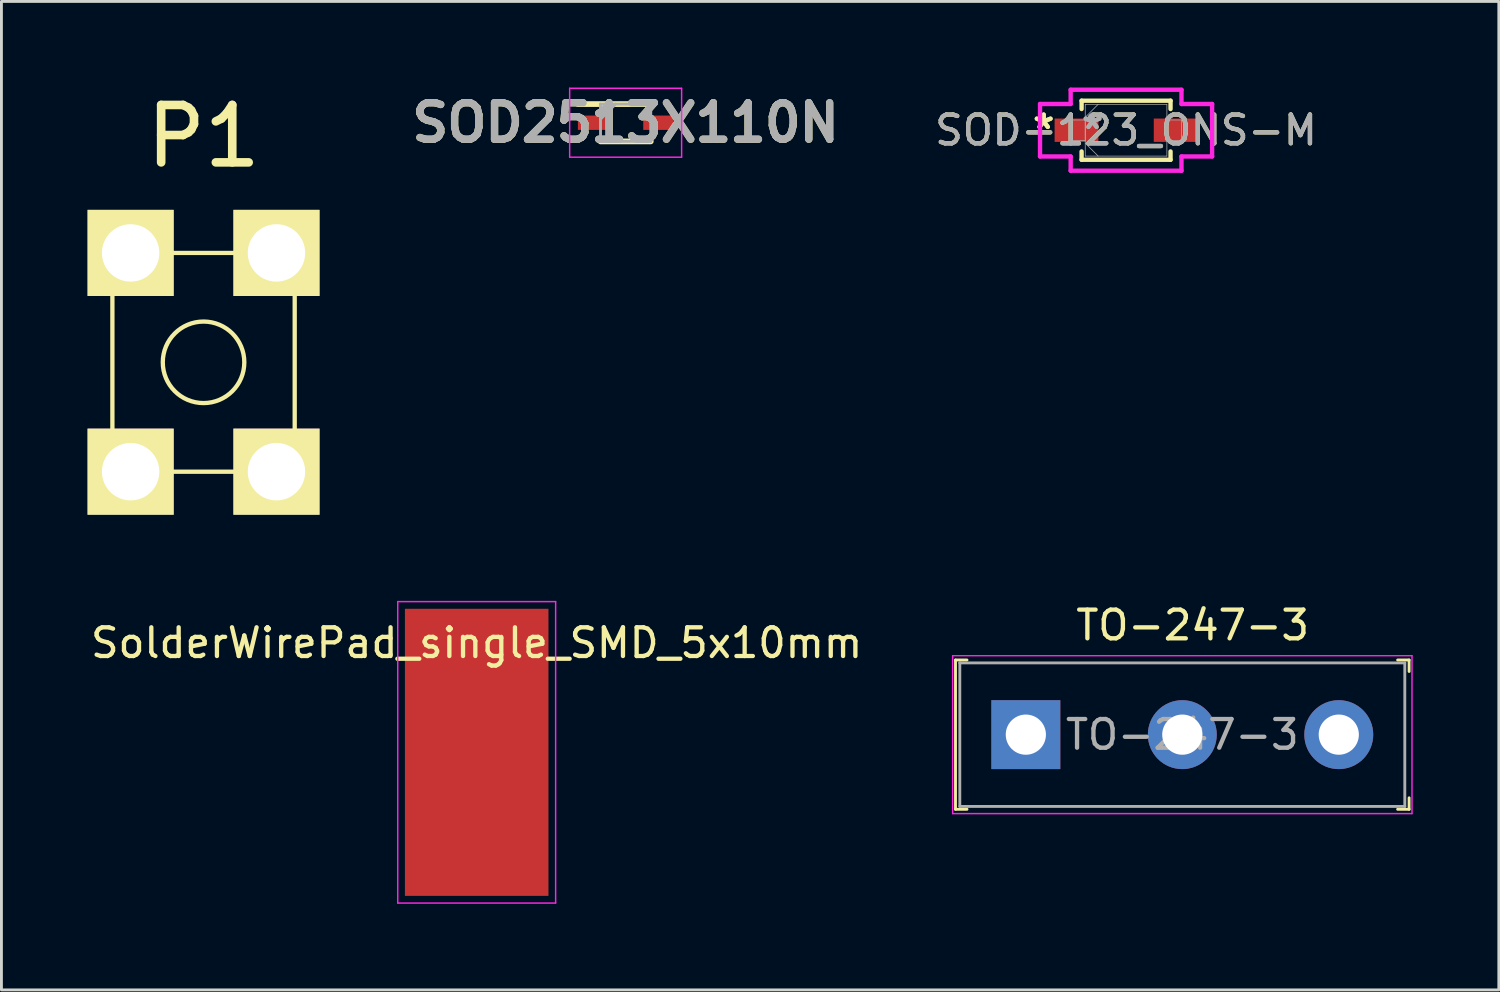
<source format=kicad_pcb>
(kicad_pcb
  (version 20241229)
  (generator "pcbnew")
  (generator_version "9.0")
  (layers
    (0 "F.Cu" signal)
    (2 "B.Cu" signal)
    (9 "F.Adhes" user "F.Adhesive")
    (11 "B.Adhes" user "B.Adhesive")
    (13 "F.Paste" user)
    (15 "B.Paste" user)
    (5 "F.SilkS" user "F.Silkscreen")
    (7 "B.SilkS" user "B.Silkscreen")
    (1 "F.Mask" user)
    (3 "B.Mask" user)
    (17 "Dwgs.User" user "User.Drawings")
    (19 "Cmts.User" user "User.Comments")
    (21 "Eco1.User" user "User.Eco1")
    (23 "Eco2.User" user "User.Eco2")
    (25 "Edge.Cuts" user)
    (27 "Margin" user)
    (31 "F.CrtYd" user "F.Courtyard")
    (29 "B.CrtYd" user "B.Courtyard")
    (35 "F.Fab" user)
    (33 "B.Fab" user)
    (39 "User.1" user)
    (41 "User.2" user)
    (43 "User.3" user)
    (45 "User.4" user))
  (footprint "SOD-123_ONS-M"
    (layer "F.Cu")
    (at 36.173 1.486)
    (property "Reference" "SOD-123_ONS-M" (at 0 0 0) (unlocked yes) (layer "F.SilkS") (effects (font (size 1 1) (thickness 0.15))))
    (attr smd)
    (fp_line (start -1.549 -1.029) (end -1.549 -0.739) (stroke (width 0.152) (type solid)) (layer "F.SilkS"))
    (fp_line (start -1.549 0.739) (end -1.549 1.029) (stroke (width 0.152) (type solid)) (layer "F.SilkS"))
    (fp_line (start -1.549 1.029) (end 1.549 1.029) (stroke (width 0.152) (type solid)) (layer "F.SilkS"))
    (fp_line (start 1.549 -1.029) (end -1.549 -1.029) (stroke (width 0.152) (type solid)) (layer "F.SilkS"))
    (fp_line (start 1.549 -0.739) (end 1.549 -1.029) (stroke (width 0.152) (type solid)) (layer "F.SilkS"))
    (fp_line (start 1.549 1.029) (end 1.549 0.739) (stroke (width 0.152) (type solid)) (layer "F.SilkS"))
    (fp_line (start -2.997 -0.914) (end -1.93 -0.914) (stroke (width 0.152) (type solid)) (layer "F.CrtYd"))
    (fp_line (start -2.997 0.914) (end -2.997 -0.914) (stroke (width 0.152) (type solid)) (layer "F.CrtYd"))
    (fp_line (start -1.93 -1.41) (end 1.93 -1.41) (stroke (width 0.152) (type solid)) (layer "F.CrtYd"))
    (fp_line (start -1.93 -0.914) (end -1.93 -1.41) (stroke (width 0.152) (type solid)) (layer "F.CrtYd"))
    (fp_line (start -1.93 0.914) (end -2.997 0.914) (stroke (width 0.152) (type solid)) (layer "F.CrtYd"))
    (fp_line (start -1.93 1.41) (end -1.93 0.914) (stroke (width 0.152) (type solid)) (layer "F.CrtYd"))
    (fp_line (start 1.93 -1.41) (end 1.93 -0.914) (stroke (width 0.152) (type solid)) (layer "F.CrtYd"))
    (fp_line (start 1.93 -0.914) (end 2.997 -0.914) (stroke (width 0.152) (type solid)) (layer "F.CrtYd"))
    (fp_line (start 1.93 0.914) (end 1.93 1.41) (stroke (width 0.152) (type solid)) (layer "F.CrtYd"))
    (fp_line (start 1.93 1.41) (end -1.93 1.41) (stroke (width 0.152) (type solid)) (layer "F.CrtYd"))
    (fp_line (start 2.997 -0.914) (end 2.997 0.914) (stroke (width 0.152) (type solid)) (layer "F.CrtYd"))
    (fp_line (start 2.997 0.914) (end 1.93 0.914) (stroke (width 0.152) (type solid)) (layer "F.CrtYd"))
    (fp_line (start -1.93 -0.356) (end -1.93 0.356) (stroke (width 0.025) (type solid)) (layer "F.Fab"))
    (fp_line (start -1.93 0.356) (end -1.422 0.356) (stroke (width 0.025) (type solid)) (layer "F.Fab"))
    (fp_line (start -1.422 -0.902) (end -1.422 0.902) (stroke (width 0.025) (type solid)) (layer "F.Fab"))
    (fp_line (start -1.422 -0.451) (end -0.972 -0.902) (stroke (width 0.025) (type solid)) (layer "F.Fab"))
    (fp_line (start -1.422 -0.356) (end -1.93 -0.356) (stroke (width 0.025) (type solid)) (layer "F.Fab"))
    (fp_line (start -1.422 0.356) (end -1.422 -0.356) (stroke (width 0.025) (type solid)) (layer "F.Fab"))
    (fp_line (start -1.422 0.451) (end -0.972 0.902) (stroke (width 0.025) (type solid)) (layer "F.Fab"))
    (fp_line (start -1.422 0.902) (end 1.422 0.902) (stroke (width 0.025) (type solid)) (layer "F.Fab"))
    (fp_line (start 1.422 -0.902) (end -1.422 -0.902) (stroke (width 0.025) (type solid)) (layer "F.Fab"))
    (fp_line (start 1.422 -0.356) (end 1.422 0.356) (stroke (width 0.025) (type solid)) (layer "F.Fab"))
    (fp_line (start 1.422 0.356) (end 1.93 0.356) (stroke (width 0.025) (type solid)) (layer "F.Fab"))
    (fp_line (start 1.422 0.902) (end 1.422 -0.902) (stroke (width 0.025) (type solid)) (layer "F.Fab"))
    (fp_line (start 1.93 -0.356) (end 1.422 -0.356) (stroke (width 0.025) (type solid)) (layer "F.Fab"))
    (fp_line (start 1.93 0.356) (end 1.93 -0.356) (stroke (width 0.025) (type solid)) (layer "F.Fab"))
    (fp_text user "*" (at -2.87 0 0) (layer "F.SilkS") (effects (font (size 1 1) (thickness 0.15))))
    (fp_text user "*" (at -2.87 0 0) (unlocked yes) (layer "F.SilkS") (effects (font (size 1 1) (thickness 0.15))))
    (fp_text user "*" (at -1.168 0 0) (unlocked yes) (layer "F.Fab") (effects (font (size 1 1) (thickness 0.15))))
    (fp_text user "${REFERENCE}" (at 0 0 0) (unlocked yes) (layer "F.Fab") (effects (font (size 1 1) (thickness 0.15))))
    (fp_text user "*" (at -1.168 0 0) (layer "F.Fab") (effects (font (size 1 1) (thickness 0.15))))
    (pad "1" smd rect (at -1.727 0) (size 1.524 0.813) (layers "F.Cu" "F.Mask" "F.Paste"))
    (pad "2" smd rect (at 1.727 0) (size 1.524 0.813) (layers "F.Cu" "F.Mask" "F.Paste")))
  (footprint "TO-247-3"
    (layer "F.Cu")
    (at 32.682 22.539)
    (property "Reference" "TO-247-3" (at 5.81 -3.81 0) (layer "F.SilkS") (effects (font (size 1 1) (thickness 0.15))))
    (attr through_hole)
    (fp_line (start -2.45 -2.6) (end -2.05 -2.6) (stroke (width 0.1) (type solid)) (layer "F.SilkS"))
    (fp_line (start -2.45 2.6) (end -2.45 -2.6) (stroke (width 0.1) (type solid)) (layer "F.SilkS"))
    (fp_line (start -2.45 2.6) (end -2.05 2.6) (stroke (width 0.1) (type solid)) (layer "F.SilkS"))
    (fp_line (start 13.35 -2.6) (end 12.95 -2.6) (stroke (width 0.1) (type solid)) (layer "F.SilkS"))
    (fp_line (start 13.35 -2.6) (end 13.35 -2.2) (stroke (width 0.1) (type solid)) (layer "F.SilkS"))
    (fp_line (start 13.35 2.6) (end 12.95 2.6) (stroke (width 0.1) (type solid)) (layer "F.SilkS"))
    (fp_line (start 13.35 2.6) (end 13.35 2.2) (stroke (width 0.1) (type solid)) (layer "F.SilkS"))
    (fp_line (start -2.55 -2.75) (end -2.55 2.75) (stroke (width 0.05) (type solid)) (layer "F.CrtYd"))
    (fp_line (start -2.55 -2.75) (end 13.45 -2.75) (stroke (width 0.05) (type solid)) (layer "F.CrtYd"))
    (fp_line (start -2.55 2.75) (end 13.45 2.75) (stroke (width 0.05) (type solid)) (layer "F.CrtYd"))
    (fp_line (start 13.45 -2.75) (end 13.45 2.75) (stroke (width 0.05) (type solid)) (layer "F.CrtYd"))
    (fp_line (start -2.3 -2.5) (end 13.2 -2.5) (stroke (width 0.1) (type solid)) (layer "F.Fab"))
    (fp_line (start -2.3 2.5) (end -2.3 -2.5) (stroke (width 0.1) (type solid)) (layer "F.Fab"))
    (fp_line (start -2.3 2.5) (end 13.2 2.5) (stroke (width 0.1) (type solid)) (layer "F.Fab"))
    (fp_line (start 13.2 -2.5) (end 13.2 2.5) (stroke (width 0.1) (type solid)) (layer "F.Fab"))
    (fp_text user "${REFERENCE}" (at 5.45 0 0) (layer "F.Fab") (effects (font (size 1 1) (thickness 0.15))))
    (pad "1" thru_hole rect (at 0 0) (size 2.4 2.4) (drill 1.4) (layers "*.Cu" "*.Mask"))
    (pad "2" thru_hole circle (at 5.45 0) (size 2.4 2.4) (drill 1.4) (layers "*.Cu" "*.Mask"))
    (pad "3" thru_hole circle (at 10.9 0) (size 2.4 2.4) (drill 1.4) (layers "*.Cu" "*.Mask")))
  (footprint "P1"
    (layer "F.Cu")
    (at 4.04 9.57)
    (property "Reference" "P1" (at 0 -7.874 0) (layer "F.SilkS") (effects (font (size 2 2) (thickness 0.3))))
    (attr through_hole)
    (fp_line (start -3.175 -3.81) (end -3.175 3.81) (stroke (width 0.15) (type solid)) (layer "F.SilkS"))
    (fp_line (start -3.175 3.81) (end 3.175 3.81) (stroke (width 0.15) (type solid)) (layer "F.SilkS"))
    (fp_line (start 3.175 -3.81) (end -3.175 -3.81) (stroke (width 0.15) (type solid)) (layer "F.SilkS"))
    (fp_line (start 3.175 3.81) (end 3.175 -3.81) (stroke (width 0.15) (type solid)) (layer "F.SilkS"))
    (fp_circle (center 0 0) (end 0.635 1.27) (stroke (width 0.15) (type solid)) (fill no) (layer "F.SilkS"))
    (pad "1" thru_hole rect (at -2.54 -3.81 90) (size 3 3) (drill 2) (layers "*.Cu" "*.Mask" "F.SilkS"))
    (pad "1" thru_hole rect (at -2.54 3.81 90) (size 3 3) (drill 2) (layers "*.Cu" "*.Mask" "F.SilkS"))
    (pad "1" thru_hole rect (at 2.54 -3.81 90) (size 3 3) (drill 2) (layers "*.Cu" "*.Mask" "F.SilkS"))
    (pad "1" thru_hole rect (at 2.54 3.81 90) (size 3 3) (drill 2) (layers "*.Cu" "*.Mask" "F.SilkS")))
  (footprint "SOD2513X110N"
    (layer "F.Cu")
    (at 18.742 1.225)
    (property "Reference" "SOD2513X110N" (at 0 0 0) (layer "F.SilkS") (effects (font (size 1.27 1.27) (thickness 0.254))))
    (attr smd)
    (fp_line (start -1.662 -0.65) (end 0.875 -0.65) (stroke (width 0.2) (type solid)) (layer "F.SilkS"))
    (fp_line (start -0.875 0.65) (end 0.875 0.65) (stroke (width 0.2) (type solid)) (layer "F.SilkS"))
    (fp_line (start -1.95 -1.2) (end 1.95 -1.2) (stroke (width 0.05) (type solid)) (layer "F.CrtYd"))
    (fp_line (start -1.95 1.2) (end -1.95 -1.2) (stroke (width 0.05) (type solid)) (layer "F.CrtYd"))
    (fp_line (start 1.95 -1.2) (end 1.95 1.2) (stroke (width 0.05) (type solid)) (layer "F.CrtYd"))
    (fp_line (start 1.95 1.2) (end -1.95 1.2) (stroke (width 0.05) (type solid)) (layer "F.CrtYd"))
    (fp_line (start -0.875 -0.65) (end 0.875 -0.65) (stroke (width 0.1) (type solid)) (layer "F.Fab"))
    (fp_line (start -0.875 -0.125) (end -0.35 -0.65) (stroke (width 0.1) (type solid)) (layer "F.Fab"))
    (fp_line (start -0.875 0.65) (end -0.875 -0.65) (stroke (width 0.1) (type solid)) (layer "F.Fab"))
    (fp_line (start 0.875 -0.65) (end 0.875 0.65) (stroke (width 0.1) (type solid)) (layer "F.Fab"))
    (fp_line (start 0.875 0.65) (end -0.875 0.65) (stroke (width 0.1) (type solid)) (layer "F.Fab"))
    (fp_text user "${REFERENCE}" (at 0 0 0) (layer "F.Fab") (effects (font (size 1.27 1.27) (thickness 0.254))))
    (pad "1" smd rect (at -1.138 0 90) (size 0.5 1.05) (layers "F.Cu" "F.Mask" "F.Paste"))
    (pad "2" smd rect (at 1.138 0 90) (size 0.5 1.05) (layers "F.Cu" "F.Mask" "F.Paste")))
  (footprint "SolderWirePad_single_SMD_5x10mm"
    (layer "F.Cu")
    (at 13.554 23.155)
    (property "Reference" "SolderWirePad_single_SMD_5x10mm" (at 0 -3.81 0) (layer "F.SilkS") (effects (font (size 1 1) (thickness 0.15))))
    (attr smd)
    (fp_line (start -2.75 -5.25) (end -2.75 5.25) (stroke (width 0.05) (type solid)) (layer "F.CrtYd"))
    (fp_line (start -2.75 5.25) (end 2.75 5.25) (stroke (width 0.05) (type solid)) (layer "F.CrtYd"))
    (fp_line (start 2.75 -5.25) (end -2.75 -5.25) (stroke (width 0.05) (type solid)) (layer "F.CrtYd"))
    (fp_line (start 2.75 5.25) (end 2.75 -5.25) (stroke (width 0.05) (type solid)) (layer "F.CrtYd"))
    (pad "1" smd rect (at 0 0) (size 5 10) (layers "F.Cu" "F.Mask" "F.Paste")))
  (gr_rect
    (start -3 -3)
    (end 49.157 31.43)
    (stroke (width 0.1) (type default))
    (fill no)
    (layer "Edge.Cuts")))
</source>
